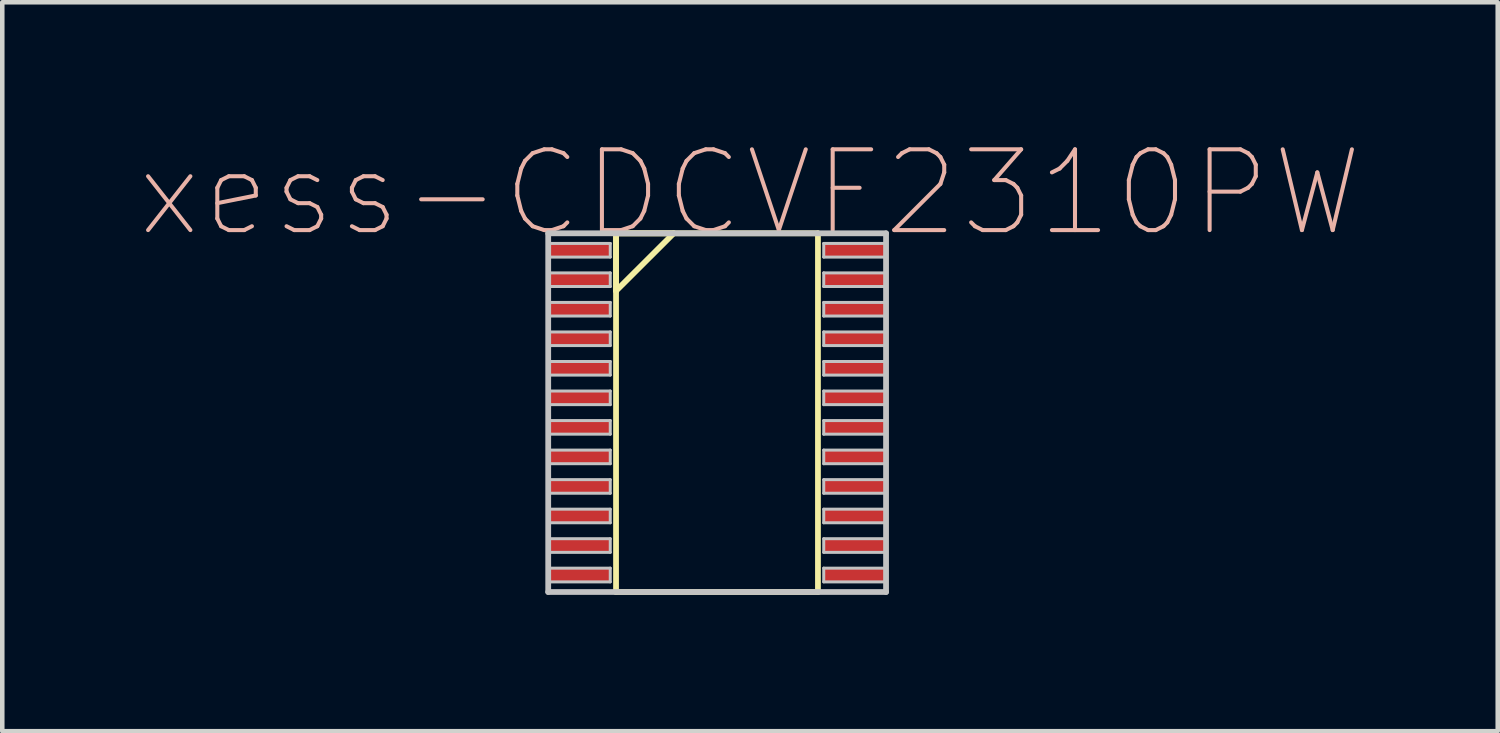
<source format=kicad_pcb>
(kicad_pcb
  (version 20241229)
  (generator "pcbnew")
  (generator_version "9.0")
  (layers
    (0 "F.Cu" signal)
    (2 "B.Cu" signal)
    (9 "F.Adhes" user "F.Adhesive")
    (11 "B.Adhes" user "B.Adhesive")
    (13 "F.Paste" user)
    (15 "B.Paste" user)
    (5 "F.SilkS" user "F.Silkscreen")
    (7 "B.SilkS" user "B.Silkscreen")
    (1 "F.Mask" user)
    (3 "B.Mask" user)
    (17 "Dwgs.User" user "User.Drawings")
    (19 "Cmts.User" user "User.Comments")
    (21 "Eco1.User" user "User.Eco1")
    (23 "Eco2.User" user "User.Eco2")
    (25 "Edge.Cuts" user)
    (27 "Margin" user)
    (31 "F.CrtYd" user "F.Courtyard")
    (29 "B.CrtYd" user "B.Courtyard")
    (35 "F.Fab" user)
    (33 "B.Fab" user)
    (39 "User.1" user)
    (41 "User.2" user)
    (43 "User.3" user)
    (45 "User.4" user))
  (footprint "xess-CDCVF2310PW"
    (layer "F.Cu")
    (at 9.81 2.459)
    (property "Reference" "xess-CDCVF2310PW" (at 3.65 -1.262 0) (layer "B.SilkS") (effects (font (size 1.778 1.778) (thickness 0.089))))
    (attr smd)
    (fp_line (start 0.701 -0.373) (end 0.701 0.894) (stroke (width 0.127) (type solid)) (layer "F.SilkS"))
    (fp_line (start 0.701 -0.373) (end 0.701 7.523) (stroke (width 0.127) (type solid)) (layer "F.SilkS"))
    (fp_line (start 0.701 0.894) (end 1.971 -0.373) (stroke (width 0.127) (type solid)) (layer "F.SilkS"))
    (fp_line (start 0.701 7.523) (end 5.146 7.523) (stroke (width 0.127) (type solid)) (layer "F.SilkS"))
    (fp_line (start 1.971 -0.373) (end 0.701 -0.373) (stroke (width 0.127) (type solid)) (layer "F.SilkS"))
    (fp_line (start 5.146 -0.373) (end 0.701 -0.373) (stroke (width 0.127) (type solid)) (layer "F.SilkS"))
    (fp_line (start 5.146 7.523) (end 5.146 -0.373) (stroke (width 0.127) (type solid)) (layer "F.SilkS"))
    (fp_line (start -0.792 -0.373) (end -0.792 7.523) (stroke (width 0.127) (type solid)) (layer "Dwgs.User"))
    (fp_line (start -0.792 -0.15) (end 0.574 -0.15) (stroke (width 0.066) (type solid)) (layer "Dwgs.User"))
    (fp_line (start -0.792 0.15) (end -0.792 -0.15) (stroke (width 0.066) (type solid)) (layer "Dwgs.User"))
    (fp_line (start -0.792 0.15) (end 0.574 0.15) (stroke (width 0.066) (type solid)) (layer "Dwgs.User"))
    (fp_line (start -0.792 0.498) (end 0.574 0.498) (stroke (width 0.066) (type solid)) (layer "Dwgs.User"))
    (fp_line (start -0.792 0.798) (end -0.792 0.498) (stroke (width 0.066) (type solid)) (layer "Dwgs.User"))
    (fp_line (start -0.792 0.798) (end 0.574 0.798) (stroke (width 0.066) (type solid)) (layer "Dwgs.User"))
    (fp_line (start -0.792 1.148) (end 0.574 1.148) (stroke (width 0.066) (type solid)) (layer "Dwgs.User"))
    (fp_line (start -0.792 1.448) (end -0.792 1.148) (stroke (width 0.066) (type solid)) (layer "Dwgs.User"))
    (fp_line (start -0.792 1.448) (end 0.574 1.448) (stroke (width 0.066) (type solid)) (layer "Dwgs.User"))
    (fp_line (start -0.792 1.798) (end 0.574 1.798) (stroke (width 0.066) (type solid)) (layer "Dwgs.User"))
    (fp_line (start -0.792 2.098) (end -0.792 1.798) (stroke (width 0.066) (type solid)) (layer "Dwgs.User"))
    (fp_line (start -0.792 2.098) (end 0.574 2.098) (stroke (width 0.066) (type solid)) (layer "Dwgs.User"))
    (fp_line (start -0.792 2.449) (end 0.574 2.449) (stroke (width 0.066) (type solid)) (layer "Dwgs.User"))
    (fp_line (start -0.792 2.748) (end -0.792 2.449) (stroke (width 0.066) (type solid)) (layer "Dwgs.User"))
    (fp_line (start -0.792 2.748) (end 0.574 2.748) (stroke (width 0.066) (type solid)) (layer "Dwgs.User"))
    (fp_line (start -0.792 3.099) (end 0.574 3.099) (stroke (width 0.066) (type solid)) (layer "Dwgs.User"))
    (fp_line (start -0.792 3.399) (end -0.792 3.099) (stroke (width 0.066) (type solid)) (layer "Dwgs.User"))
    (fp_line (start -0.792 3.399) (end 0.574 3.399) (stroke (width 0.066) (type solid)) (layer "Dwgs.User"))
    (fp_line (start -0.792 3.749) (end 0.574 3.749) (stroke (width 0.066) (type solid)) (layer "Dwgs.User"))
    (fp_line (start -0.792 4.049) (end -0.792 3.749) (stroke (width 0.066) (type solid)) (layer "Dwgs.User"))
    (fp_line (start -0.792 4.049) (end 0.574 4.049) (stroke (width 0.066) (type solid)) (layer "Dwgs.User"))
    (fp_line (start -0.792 4.399) (end 0.574 4.399) (stroke (width 0.066) (type solid)) (layer "Dwgs.User"))
    (fp_line (start -0.792 4.699) (end -0.792 4.399) (stroke (width 0.066) (type solid)) (layer "Dwgs.User"))
    (fp_line (start -0.792 4.699) (end 0.574 4.699) (stroke (width 0.066) (type solid)) (layer "Dwgs.User"))
    (fp_line (start -0.792 5.05) (end 0.574 5.05) (stroke (width 0.066) (type solid)) (layer "Dwgs.User"))
    (fp_line (start -0.792 5.349) (end -0.792 5.05) (stroke (width 0.066) (type solid)) (layer "Dwgs.User"))
    (fp_line (start -0.792 5.349) (end 0.574 5.349) (stroke (width 0.066) (type solid)) (layer "Dwgs.User"))
    (fp_line (start -0.792 5.7) (end 0.574 5.7) (stroke (width 0.066) (type solid)) (layer "Dwgs.User"))
    (fp_line (start -0.792 5.999) (end -0.792 5.7) (stroke (width 0.066) (type solid)) (layer "Dwgs.User"))
    (fp_line (start -0.792 5.999) (end 0.574 5.999) (stroke (width 0.066) (type solid)) (layer "Dwgs.User"))
    (fp_line (start -0.792 6.35) (end 0.574 6.35) (stroke (width 0.066) (type solid)) (layer "Dwgs.User"))
    (fp_line (start -0.792 6.65) (end -0.792 6.35) (stroke (width 0.066) (type solid)) (layer "Dwgs.User"))
    (fp_line (start -0.792 6.65) (end 0.574 6.65) (stroke (width 0.066) (type solid)) (layer "Dwgs.User"))
    (fp_line (start -0.792 6.998) (end 0.574 6.998) (stroke (width 0.066) (type solid)) (layer "Dwgs.User"))
    (fp_line (start -0.792 7.3) (end -0.792 6.998) (stroke (width 0.066) (type solid)) (layer "Dwgs.User"))
    (fp_line (start -0.792 7.3) (end 0.574 7.3) (stroke (width 0.066) (type solid)) (layer "Dwgs.User"))
    (fp_line (start -0.792 7.523) (end 6.645 7.523) (stroke (width 0.127) (type solid)) (layer "Dwgs.User"))
    (fp_line (start 0.574 0.15) (end 0.574 -0.15) (stroke (width 0.066) (type solid)) (layer "Dwgs.User"))
    (fp_line (start 0.574 0.798) (end 0.574 0.498) (stroke (width 0.066) (type solid)) (layer "Dwgs.User"))
    (fp_line (start 0.574 1.448) (end 0.574 1.148) (stroke (width 0.066) (type solid)) (layer "Dwgs.User"))
    (fp_line (start 0.574 2.098) (end 0.574 1.798) (stroke (width 0.066) (type solid)) (layer "Dwgs.User"))
    (fp_line (start 0.574 2.748) (end 0.574 2.449) (stroke (width 0.066) (type solid)) (layer "Dwgs.User"))
    (fp_line (start 0.574 3.399) (end 0.574 3.099) (stroke (width 0.066) (type solid)) (layer "Dwgs.User"))
    (fp_line (start 0.574 4.049) (end 0.574 3.749) (stroke (width 0.066) (type solid)) (layer "Dwgs.User"))
    (fp_line (start 0.574 4.699) (end 0.574 4.399) (stroke (width 0.066) (type solid)) (layer "Dwgs.User"))
    (fp_line (start 0.574 5.349) (end 0.574 5.05) (stroke (width 0.066) (type solid)) (layer "Dwgs.User"))
    (fp_line (start 0.574 5.999) (end 0.574 5.7) (stroke (width 0.066) (type solid)) (layer "Dwgs.User"))
    (fp_line (start 0.574 6.65) (end 0.574 6.35) (stroke (width 0.066) (type solid)) (layer "Dwgs.User"))
    (fp_line (start 0.574 7.3) (end 0.574 6.998) (stroke (width 0.066) (type solid)) (layer "Dwgs.User"))
    (fp_line (start 5.273 -0.15) (end 6.645 -0.15) (stroke (width 0.066) (type solid)) (layer "Dwgs.User"))
    (fp_line (start 5.273 0.15) (end 5.273 -0.15) (stroke (width 0.066) (type solid)) (layer "Dwgs.User"))
    (fp_line (start 5.273 0.15) (end 6.645 0.15) (stroke (width 0.066) (type solid)) (layer "Dwgs.User"))
    (fp_line (start 5.273 0.498) (end 6.645 0.498) (stroke (width 0.066) (type solid)) (layer "Dwgs.User"))
    (fp_line (start 5.273 0.798) (end 5.273 0.498) (stroke (width 0.066) (type solid)) (layer "Dwgs.User"))
    (fp_line (start 5.273 0.798) (end 6.645 0.798) (stroke (width 0.066) (type solid)) (layer "Dwgs.User"))
    (fp_line (start 5.273 1.148) (end 6.645 1.148) (stroke (width 0.066) (type solid)) (layer "Dwgs.User"))
    (fp_line (start 5.273 1.448) (end 5.273 1.148) (stroke (width 0.066) (type solid)) (layer "Dwgs.User"))
    (fp_line (start 5.273 1.448) (end 6.645 1.448) (stroke (width 0.066) (type solid)) (layer "Dwgs.User"))
    (fp_line (start 5.273 1.798) (end 6.645 1.798) (stroke (width 0.066) (type solid)) (layer "Dwgs.User"))
    (fp_line (start 5.273 2.098) (end 5.273 1.798) (stroke (width 0.066) (type solid)) (layer "Dwgs.User"))
    (fp_line (start 5.273 2.098) (end 6.645 2.098) (stroke (width 0.066) (type solid)) (layer "Dwgs.User"))
    (fp_line (start 5.273 2.449) (end 6.645 2.449) (stroke (width 0.066) (type solid)) (layer "Dwgs.User"))
    (fp_line (start 5.273 2.748) (end 5.273 2.449) (stroke (width 0.066) (type solid)) (layer "Dwgs.User"))
    (fp_line (start 5.273 2.748) (end 6.645 2.748) (stroke (width 0.066) (type solid)) (layer "Dwgs.User"))
    (fp_line (start 5.273 3.099) (end 6.645 3.099) (stroke (width 0.066) (type solid)) (layer "Dwgs.User"))
    (fp_line (start 5.273 3.399) (end 5.273 3.099) (stroke (width 0.066) (type solid)) (layer "Dwgs.User"))
    (fp_line (start 5.273 3.399) (end 6.645 3.399) (stroke (width 0.066) (type solid)) (layer "Dwgs.User"))
    (fp_line (start 5.273 3.749) (end 6.645 3.749) (stroke (width 0.066) (type solid)) (layer "Dwgs.User"))
    (fp_line (start 5.273 4.049) (end 5.273 3.749) (stroke (width 0.066) (type solid)) (layer "Dwgs.User"))
    (fp_line (start 5.273 4.049) (end 6.645 4.049) (stroke (width 0.066) (type solid)) (layer "Dwgs.User"))
    (fp_line (start 5.273 4.399) (end 6.645 4.399) (stroke (width 0.066) (type solid)) (layer "Dwgs.User"))
    (fp_line (start 5.273 4.699) (end 5.273 4.399) (stroke (width 0.066) (type solid)) (layer "Dwgs.User"))
    (fp_line (start 5.273 4.699) (end 6.645 4.699) (stroke (width 0.066) (type solid)) (layer "Dwgs.User"))
    (fp_line (start 5.273 5.05) (end 6.645 5.05) (stroke (width 0.066) (type solid)) (layer "Dwgs.User"))
    (fp_line (start 5.273 5.349) (end 5.273 5.05) (stroke (width 0.066) (type solid)) (layer "Dwgs.User"))
    (fp_line (start 5.273 5.349) (end 6.645 5.349) (stroke (width 0.066) (type solid)) (layer "Dwgs.User"))
    (fp_line (start 5.273 5.7) (end 6.645 5.7) (stroke (width 0.066) (type solid)) (layer "Dwgs.User"))
    (fp_line (start 5.273 5.999) (end 5.273 5.7) (stroke (width 0.066) (type solid)) (layer "Dwgs.User"))
    (fp_line (start 5.273 5.999) (end 6.645 5.999) (stroke (width 0.066) (type solid)) (layer "Dwgs.User"))
    (fp_line (start 5.273 6.35) (end 6.645 6.35) (stroke (width 0.066) (type solid)) (layer "Dwgs.User"))
    (fp_line (start 5.273 6.65) (end 5.273 6.35) (stroke (width 0.066) (type solid)) (layer "Dwgs.User"))
    (fp_line (start 5.273 6.65) (end 6.645 6.65) (stroke (width 0.066) (type solid)) (layer "Dwgs.User"))
    (fp_line (start 5.273 6.998) (end 6.645 6.998) (stroke (width 0.066) (type solid)) (layer "Dwgs.User"))
    (fp_line (start 5.273 7.3) (end 5.273 6.998) (stroke (width 0.066) (type solid)) (layer "Dwgs.User"))
    (fp_line (start 5.273 7.3) (end 6.645 7.3) (stroke (width 0.066) (type solid)) (layer "Dwgs.User"))
    (fp_line (start 6.645 -0.373) (end -0.792 -0.373) (stroke (width 0.127) (type solid)) (layer "Dwgs.User"))
    (fp_line (start 6.645 0.15) (end 6.645 -0.15) (stroke (width 0.066) (type solid)) (layer "Dwgs.User"))
    (fp_line (start 6.645 0.798) (end 6.645 0.498) (stroke (width 0.066) (type solid)) (layer "Dwgs.User"))
    (fp_line (start 6.645 1.448) (end 6.645 1.148) (stroke (width 0.066) (type solid)) (layer "Dwgs.User"))
    (fp_line (start 6.645 2.098) (end 6.645 1.798) (stroke (width 0.066) (type solid)) (layer "Dwgs.User"))
    (fp_line (start 6.645 2.748) (end 6.645 2.449) (stroke (width 0.066) (type solid)) (layer "Dwgs.User"))
    (fp_line (start 6.645 3.399) (end 6.645 3.099) (stroke (width 0.066) (type solid)) (layer "Dwgs.User"))
    (fp_line (start 6.645 4.049) (end 6.645 3.749) (stroke (width 0.066) (type solid)) (layer "Dwgs.User"))
    (fp_line (start 6.645 4.699) (end 6.645 4.399) (stroke (width 0.066) (type solid)) (layer "Dwgs.User"))
    (fp_line (start 6.645 5.349) (end 6.645 5.05) (stroke (width 0.066) (type solid)) (layer "Dwgs.User"))
    (fp_line (start 6.645 5.999) (end 6.645 5.7) (stroke (width 0.066) (type solid)) (layer "Dwgs.User"))
    (fp_line (start 6.645 6.65) (end 6.645 6.35) (stroke (width 0.066) (type solid)) (layer "Dwgs.User"))
    (fp_line (start 6.645 7.3) (end 6.645 6.998) (stroke (width 0.066) (type solid)) (layer "Dwgs.User"))
    (fp_line (start 6.645 7.523) (end 6.645 -0.373) (stroke (width 0.127) (type solid)) (layer "Dwgs.User"))
    (pad "1" smd rect (at -0.109 0) (size 1.369 0.3) (layers "F.Cu" "F.Mask" "F.Paste"))
    (pad "2" smd rect (at -0.109 0.648) (size 1.369 0.3) (layers "F.Cu" "F.Mask" "F.Paste"))
    (pad "3" smd rect (at -0.109 1.298) (size 1.369 0.3) (layers "F.Cu" "F.Mask" "F.Paste"))
    (pad "4" smd rect (at -0.109 1.948) (size 1.369 0.3) (layers "F.Cu" "F.Mask" "F.Paste"))
    (pad "5" smd rect (at -0.109 2.598) (size 1.369 0.3) (layers "F.Cu" "F.Mask" "F.Paste"))
    (pad "6" smd rect (at -0.109 3.249) (size 1.369 0.3) (layers "F.Cu" "F.Mask" "F.Paste"))
    (pad "7" smd rect (at -0.109 3.899) (size 1.369 0.3) (layers "F.Cu" "F.Mask" "F.Paste"))
    (pad "8" smd rect (at -0.109 4.549) (size 1.369 0.3) (layers "F.Cu" "F.Mask" "F.Paste"))
    (pad "9" smd rect (at -0.109 5.199) (size 1.369 0.3) (layers "F.Cu" "F.Mask" "F.Paste"))
    (pad "10" smd rect (at -0.109 5.85) (size 1.369 0.3) (layers "F.Cu" "F.Mask" "F.Paste"))
    (pad "11" smd rect (at -0.109 6.5) (size 1.369 0.3) (layers "F.Cu" "F.Mask" "F.Paste"))
    (pad "12" smd rect (at -0.109 7.148) (size 1.369 0.3) (layers "F.Cu" "F.Mask" "F.Paste"))
    (pad "13" smd rect (at 5.959 7.148) (size 1.369 0.3) (layers "F.Cu" "F.Mask" "F.Paste"))
    (pad "14" smd rect (at 5.959 6.5) (size 1.369 0.3) (layers "F.Cu" "F.Mask" "F.Paste"))
    (pad "15" smd rect (at 5.959 5.85) (size 1.369 0.3) (layers "F.Cu" "F.Mask" "F.Paste"))
    (pad "16" smd rect (at 5.959 5.199) (size 1.369 0.3) (layers "F.Cu" "F.Mask" "F.Paste"))
    (pad "17" smd rect (at 5.959 4.549) (size 1.369 0.3) (layers "F.Cu" "F.Mask" "F.Paste"))
    (pad "18" smd rect (at 5.959 3.899) (size 1.369 0.3) (layers "F.Cu" "F.Mask" "F.Paste"))
    (pad "19" smd rect (at 5.959 3.249) (size 1.369 0.3) (layers "F.Cu" "F.Mask" "F.Paste"))
    (pad "20" smd rect (at 5.959 2.598) (size 1.369 0.3) (layers "F.Cu" "F.Mask" "F.Paste"))
    (pad "21" smd rect (at 5.959 1.948) (size 1.369 0.3) (layers "F.Cu" "F.Mask" "F.Paste"))
    (pad "22" smd rect (at 5.959 1.298) (size 1.369 0.3) (layers "F.Cu" "F.Mask" "F.Paste"))
    (pad "23" smd rect (at 5.959 0.648) (size 1.369 0.3) (layers "F.Cu" "F.Mask" "F.Paste"))
    (pad "24" smd rect (at 5.959 0) (size 1.369 0.3) (layers "F.Cu" "F.Mask" "F.Paste")))
  (gr_rect
    (start -3 -3)
    (end 29.92 13.046)
    (stroke (width 0.1) (type default))
    (fill no)
    (layer "Edge.Cuts")))
</source>
